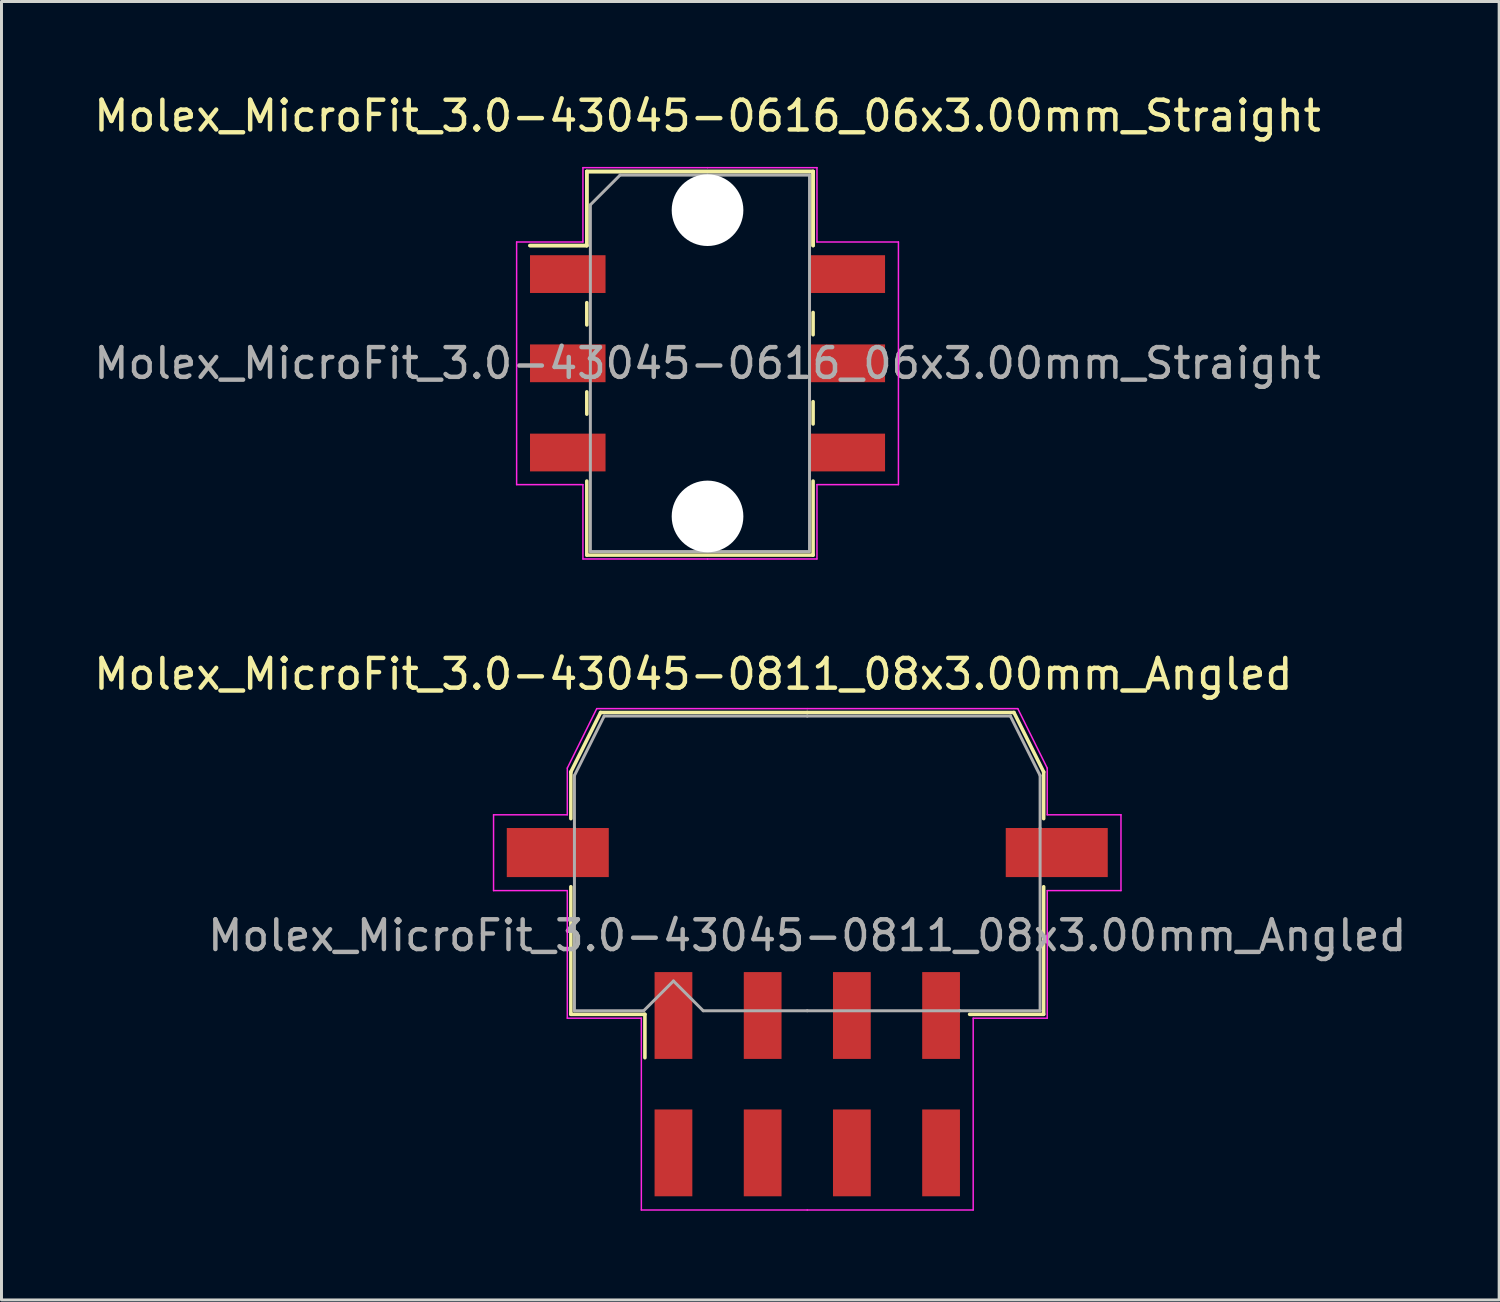
<source format=kicad_pcb>
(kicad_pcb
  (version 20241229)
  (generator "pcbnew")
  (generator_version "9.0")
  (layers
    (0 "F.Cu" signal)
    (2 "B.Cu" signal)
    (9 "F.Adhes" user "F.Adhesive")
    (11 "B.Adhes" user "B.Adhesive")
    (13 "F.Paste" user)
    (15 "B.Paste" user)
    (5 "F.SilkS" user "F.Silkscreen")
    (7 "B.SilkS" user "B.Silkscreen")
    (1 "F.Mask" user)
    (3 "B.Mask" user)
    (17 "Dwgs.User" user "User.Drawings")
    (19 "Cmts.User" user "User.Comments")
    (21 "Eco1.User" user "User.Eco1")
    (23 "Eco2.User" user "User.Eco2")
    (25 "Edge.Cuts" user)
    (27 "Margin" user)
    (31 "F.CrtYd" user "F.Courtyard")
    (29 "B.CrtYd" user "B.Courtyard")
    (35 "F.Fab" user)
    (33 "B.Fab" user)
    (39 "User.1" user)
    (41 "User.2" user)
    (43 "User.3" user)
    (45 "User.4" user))
  (footprint "Molex_MicroFit_3.0-43045-0616_06x3.00mm_Straight"
    (layer "F.Cu")
    (at 20.744 9.168)
    (property "Reference" "Molex_MicroFit_3.0-43045-0616_06x3.00mm_Straight" (at 0 -8.32 0) (layer "F.SilkS") (effects (font (size 1 1) (thickness 0.15))))
    (attr smd)
    (fp_line (start -5.97 -3.96) (end -4.06 -3.96) (stroke (width 0.12) (type solid)) (layer "F.SilkS"))
    (fp_line (start -5.97 -3.96) (end -4.06 -3.96) (stroke (width 0.12) (type solid)) (layer "F.SilkS"))
    (fp_line (start -4.06 -6.45) (end 3.55 -6.45) (stroke (width 0.12) (type solid)) (layer "F.SilkS"))
    (fp_line (start -4.06 -6.45) (end 3.55 -6.45) (stroke (width 0.12) (type solid)) (layer "F.SilkS"))
    (fp_line (start -4.06 -3.96) (end -4.06 -6.45) (stroke (width 0.12) (type solid)) (layer "F.SilkS"))
    (fp_line (start -4.06 -3.96) (end -4.06 -6.45) (stroke (width 0.12) (type solid)) (layer "F.SilkS"))
    (fp_line (start -4.06 -2.04) (end -4.06 -1.29) (stroke (width 0.12) (type solid)) (layer "F.SilkS"))
    (fp_line (start -4.06 0.96) (end -4.06 1.71) (stroke (width 0.12) (type solid)) (layer "F.SilkS"))
    (fp_line (start -4.06 6.45) (end -4.06 3.96) (stroke (width 0.12) (type solid)) (layer "F.SilkS"))
    (fp_line (start 3.55 -6.45) (end 3.55 -3.96) (stroke (width 0.12) (type solid)) (layer "F.SilkS"))
    (fp_line (start 3.55 -6.45) (end 3.55 -3.96) (stroke (width 0.12) (type solid)) (layer "F.SilkS"))
    (fp_line (start 3.55 -0.96) (end 3.55 -1.71) (stroke (width 0.12) (type solid)) (layer "F.SilkS"))
    (fp_line (start 3.55 2.04) (end 3.55 1.29) (stroke (width 0.12) (type solid)) (layer "F.SilkS"))
    (fp_line (start 3.55 3.96) (end 3.55 6.45) (stroke (width 0.12) (type solid)) (layer "F.SilkS"))
    (fp_line (start 3.55 6.45) (end -4.06 6.45) (stroke (width 0.12) (type solid)) (layer "F.SilkS"))
    (fp_line (start -6.42 -4.08) (end -4.19 -4.08) (stroke (width 0.05) (type solid)) (layer "F.CrtYd"))
    (fp_line (start -6.42 4.08) (end -6.42 -4.08) (stroke (width 0.05) (type solid)) (layer "F.CrtYd"))
    (fp_line (start -4.19 -6.58) (end 0 -6.58) (stroke (width 0.05) (type solid)) (layer "F.CrtYd"))
    (fp_line (start -4.19 -4.08) (end -4.19 -6.58) (stroke (width 0.05) (type solid)) (layer "F.CrtYd"))
    (fp_line (start -4.19 4.08) (end -6.42 4.08) (stroke (width 0.05) (type solid)) (layer "F.CrtYd"))
    (fp_line (start -4.19 6.58) (end -4.19 4.08) (stroke (width 0.05) (type solid)) (layer "F.CrtYd"))
    (fp_line (start 0 -6.58) (end 3.68 -6.58) (stroke (width 0.05) (type solid)) (layer "F.CrtYd"))
    (fp_line (start 0 6.58) (end -4.19 6.58) (stroke (width 0.05) (type solid)) (layer "F.CrtYd"))
    (fp_line (start 3.68 -6.58) (end 3.68 -4.08) (stroke (width 0.05) (type solid)) (layer "F.CrtYd"))
    (fp_line (start 3.68 -4.08) (end 6.42 -4.08) (stroke (width 0.05) (type solid)) (layer "F.CrtYd"))
    (fp_line (start 3.68 4.08) (end 3.68 6.58) (stroke (width 0.05) (type solid)) (layer "F.CrtYd"))
    (fp_line (start 3.68 6.58) (end 0 6.58) (stroke (width 0.05) (type solid)) (layer "F.CrtYd"))
    (fp_line (start 6.42 -4.08) (end 6.42 4.08) (stroke (width 0.05) (type solid)) (layer "F.CrtYd"))
    (fp_line (start 6.42 4.08) (end 3.68 4.08) (stroke (width 0.05) (type solid)) (layer "F.CrtYd"))
    (fp_line (start -3.94 -5.33) (end -2.94 -6.33) (stroke (width 0.1) (type solid)) (layer "F.Fab"))
    (fp_line (start -3.94 6.33) (end -3.94 -5.33) (stroke (width 0.1) (type solid)) (layer "F.Fab"))
    (fp_line (start -2.94 -6.33) (end 0 -6.33) (stroke (width 0.1) (type solid)) (layer "F.Fab"))
    (fp_line (start 0 -6.33) (end 3.43 -6.33) (stroke (width 0.1) (type solid)) (layer "F.Fab"))
    (fp_line (start 0 6.33) (end -3.94 6.33) (stroke (width 0.1) (type solid)) (layer "F.Fab"))
    (fp_line (start 3.43 -6.33) (end 3.43 6.33) (stroke (width 0.1) (type solid)) (layer "F.Fab"))
    (fp_line (start 3.43 6.33) (end 0 6.33) (stroke (width 0.1) (type solid)) (layer "F.Fab"))
    (fp_text user "${REFERENCE}" (at 0 0 0) (layer "F.Fab") (effects (font (size 1 1) (thickness 0.15))))
    (pad "" np_thru_hole circle (at 0 -5.15) (size 2.41 2.41) (drill 2.41) (layers "*.Cu"))
    (pad "" np_thru_hole circle (at 0 5.15) (size 2.41 2.41) (drill 2.41) (layers "*.Cu"))
    (pad "1" smd rect (at -4.7 -3) (size 2.54 1.27) (layers "F.Cu" "F.Mask" "F.Paste"))
    (pad "2" smd rect (at -4.7 0) (size 2.54 1.27) (layers "F.Cu" "F.Mask" "F.Paste"))
    (pad "3" smd rect (at -4.7 3) (size 2.54 1.27) (layers "F.Cu" "F.Mask" "F.Paste"))
    (pad "4" smd rect (at 4.7 3) (size 2.54 1.27) (layers "F.Cu" "F.Mask" "F.Paste"))
    (pad "5" smd rect (at 4.7 0) (size 2.54 1.27) (layers "F.Cu" "F.Mask" "F.Paste"))
    (pad "6" smd rect (at 4.7 -3) (size 2.54 1.27) (layers "F.Cu" "F.Mask" "F.Paste")))
  (footprint "Molex_MicroFit_3.0-43045-0811_08x3.00mm_Angled"
    (layer "F.Cu")
    (at 24.098 33.411)
    (property "Reference" "Molex_MicroFit_3.0-43045-0811_08x3.00mm_Angled" (at -3.83 -13.79 0) (layer "F.SilkS") (effects (font (size 1 1) (thickness 0.15))))
    (attr smd)
    (fp_line (start -7.95 -10.5) (end -7.95 -8.93) (stroke (width 0.12) (type solid)) (layer "F.SilkS"))
    (fp_line (start -7.95 -6.64) (end -7.95 -2.35) (stroke (width 0.12) (type solid)) (layer "F.SilkS"))
    (fp_line (start -7.95 -2.35) (end -5.46 -2.35) (stroke (width 0.12) (type solid)) (layer "F.SilkS"))
    (fp_line (start -6.95 -12.5) (end -7.95 -10.5) (stroke (width 0.12) (type solid)) (layer "F.SilkS"))
    (fp_line (start -5.46 -2.35) (end -5.46 -0.89) (stroke (width 0.12) (type solid)) (layer "F.SilkS"))
    (fp_line (start 0 -12.5) (end -6.95 -12.5) (stroke (width 0.12) (type solid)) (layer "F.SilkS"))
    (fp_line (start 0 -12.5) (end 6.95 -12.5) (stroke (width 0.12) (type solid)) (layer "F.SilkS"))
    (fp_line (start 6.95 -12.5) (end 7.95 -10.5) (stroke (width 0.12) (type solid)) (layer "F.SilkS"))
    (fp_line (start 7.95 -10.5) (end 7.95 -8.93) (stroke (width 0.12) (type solid)) (layer "F.SilkS"))
    (fp_line (start 7.95 -6.64) (end 7.95 -2.35) (stroke (width 0.12) (type solid)) (layer "F.SilkS"))
    (fp_line (start 7.95 -2.35) (end 5.46 -2.35) (stroke (width 0.12) (type solid)) (layer "F.SilkS"))
    (fp_line (start -10.55 -9.06) (end -10.55 -6.51) (stroke (width 0.05) (type solid)) (layer "F.CrtYd"))
    (fp_line (start -10.55 -6.51) (end -8.07 -6.51) (stroke (width 0.05) (type solid)) (layer "F.CrtYd"))
    (fp_line (start -8.07 -10.63) (end -8.07 -9.06) (stroke (width 0.05) (type solid)) (layer "F.CrtYd"))
    (fp_line (start -8.07 -9.06) (end -10.55 -9.06) (stroke (width 0.05) (type solid)) (layer "F.CrtYd"))
    (fp_line (start -8.07 -6.51) (end -8.07 -2.22) (stroke (width 0.05) (type solid)) (layer "F.CrtYd"))
    (fp_line (start -8.07 -2.22) (end -5.58 -2.22) (stroke (width 0.05) (type solid)) (layer "F.CrtYd"))
    (fp_line (start -7.08 -12.63) (end -8.07 -10.63) (stroke (width 0.05) (type solid)) (layer "F.CrtYd"))
    (fp_line (start -5.58 -2.22) (end -5.58 4.23) (stroke (width 0.05) (type solid)) (layer "F.CrtYd"))
    (fp_line (start -5.58 4.23) (end 0 4.23) (stroke (width 0.05) (type solid)) (layer "F.CrtYd"))
    (fp_line (start 0 -12.63) (end -7.08 -12.63) (stroke (width 0.05) (type solid)) (layer "F.CrtYd"))
    (fp_line (start 0 -12.63) (end 7.08 -12.63) (stroke (width 0.05) (type solid)) (layer "F.CrtYd"))
    (fp_line (start 5.58 -2.22) (end 5.58 4.23) (stroke (width 0.05) (type solid)) (layer "F.CrtYd"))
    (fp_line (start 5.58 4.23) (end 0 4.23) (stroke (width 0.05) (type solid)) (layer "F.CrtYd"))
    (fp_line (start 7.08 -12.63) (end 8.07 -10.63) (stroke (width 0.05) (type solid)) (layer "F.CrtYd"))
    (fp_line (start 8.07 -10.63) (end 8.07 -9.06) (stroke (width 0.05) (type solid)) (layer "F.CrtYd"))
    (fp_line (start 8.07 -9.06) (end 10.55 -9.06) (stroke (width 0.05) (type solid)) (layer "F.CrtYd"))
    (fp_line (start 8.07 -6.51) (end 8.07 -2.22) (stroke (width 0.05) (type solid)) (layer "F.CrtYd"))
    (fp_line (start 8.07 -2.22) (end 5.58 -2.22) (stroke (width 0.05) (type solid)) (layer "F.CrtYd"))
    (fp_line (start 10.55 -9.06) (end 10.55 -6.51) (stroke (width 0.05) (type solid)) (layer "F.CrtYd"))
    (fp_line (start 10.55 -6.51) (end 8.07 -6.51) (stroke (width 0.05) (type solid)) (layer "F.CrtYd"))
    (fp_line (start -7.83 -10.38) (end -7.83 -8.61) (stroke (width 0.1) (type solid)) (layer "F.Fab"))
    (fp_line (start -7.83 -8.61) (end -7.83 -2.47) (stroke (width 0.1) (type solid)) (layer "F.Fab"))
    (fp_line (start -7.83 -2.47) (end -5.5 -2.47) (stroke (width 0.1) (type solid)) (layer "F.Fab"))
    (fp_line (start -6.83 -12.38) (end -7.83 -10.38) (stroke (width 0.1) (type solid)) (layer "F.Fab"))
    (fp_line (start -5.5 -2.47) (end -4.5 -3.47) (stroke (width 0.1) (type solid)) (layer "F.Fab"))
    (fp_line (start -4.5 -3.47) (end -3.5 -2.47) (stroke (width 0.1) (type solid)) (layer "F.Fab"))
    (fp_line (start -3.5 -2.47) (end 0 -2.47) (stroke (width 0.1) (type solid)) (layer "F.Fab"))
    (fp_line (start 0 -12.38) (end -6.83 -12.38) (stroke (width 0.1) (type solid)) (layer "F.Fab"))
    (fp_line (start 0 -12.38) (end 6.83 -12.38) (stroke (width 0.1) (type solid)) (layer "F.Fab"))
    (fp_line (start 5.13 -2.47) (end 0 -2.47) (stroke (width 0.1) (type solid)) (layer "F.Fab"))
    (fp_line (start 6.83 -12.38) (end 7.83 -10.38) (stroke (width 0.1) (type solid)) (layer "F.Fab"))
    (fp_line (start 7.83 -10.38) (end 7.83 -8.61) (stroke (width 0.1) (type solid)) (layer "F.Fab"))
    (fp_line (start 7.83 -8.61) (end 7.83 -2.47) (stroke (width 0.1) (type solid)) (layer "F.Fab"))
    (fp_line (start 7.83 -2.47) (end 5.13 -2.47) (stroke (width 0.1) (type solid)) (layer "F.Fab"))
    (fp_text user "${REFERENCE}" (at 0 -5 0) (layer "F.Fab") (effects (font (size 1 1) (thickness 0.15))))
    (pad "" smd rect (at -8.39 -7.79) (size 3.43 1.65) (layers "F.Cu" "F.Mask" "F.Paste"))
    (pad "" smd rect (at 8.39 -7.79) (size 3.43 1.65) (layers "F.Cu" "F.Mask" "F.Paste"))
    (pad "1" smd rect (at -4.5 -2.31) (size 1.27 2.92) (layers "F.Cu" "F.Mask" "F.Paste"))
    (pad "2" smd rect (at -1.5 -2.31) (size 1.27 2.92) (layers "F.Cu" "F.Mask" "F.Paste"))
    (pad "3" smd rect (at 1.5 -2.31) (size 1.27 2.92) (layers "F.Cu" "F.Mask" "F.Paste"))
    (pad "4" smd rect (at 4.5 -2.31) (size 1.27 2.92) (layers "F.Cu" "F.Mask" "F.Paste"))
    (pad "5" smd rect (at 4.5 2.31) (size 1.27 2.92) (layers "F.Cu" "F.Mask" "F.Paste"))
    (pad "6" smd rect (at 1.5 2.31) (size 1.27 2.92) (layers "F.Cu" "F.Mask" "F.Paste"))
    (pad "7" smd rect (at -1.5 2.31) (size 1.27 2.92) (layers "F.Cu" "F.Mask" "F.Paste"))
    (pad "8" smd rect (at -4.5 2.31) (size 1.27 2.92) (layers "F.Cu" "F.Mask" "F.Paste")))
  (gr_rect
    (start -3 -3)
    (end 47.366 40.666)
    (stroke (width 0.1) (type default))
    (fill no)
    (layer "Edge.Cuts")))
</source>
